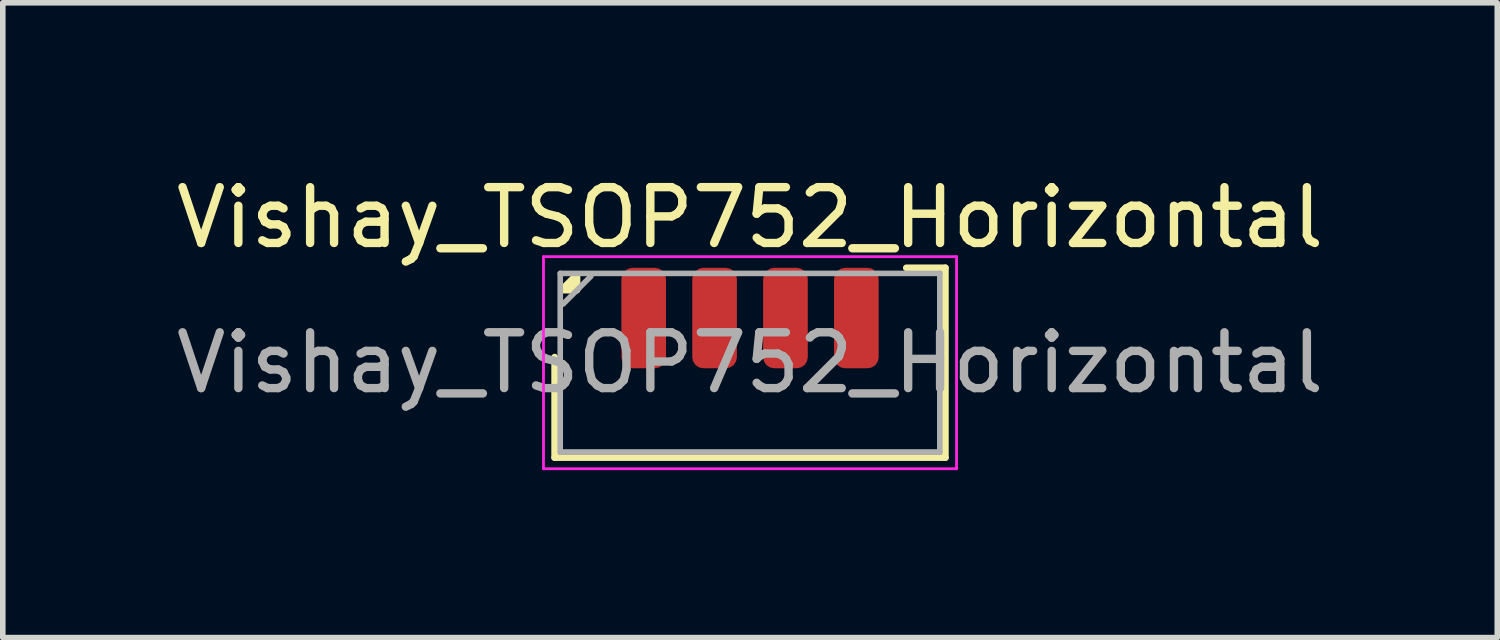
<source format=kicad_pcb>
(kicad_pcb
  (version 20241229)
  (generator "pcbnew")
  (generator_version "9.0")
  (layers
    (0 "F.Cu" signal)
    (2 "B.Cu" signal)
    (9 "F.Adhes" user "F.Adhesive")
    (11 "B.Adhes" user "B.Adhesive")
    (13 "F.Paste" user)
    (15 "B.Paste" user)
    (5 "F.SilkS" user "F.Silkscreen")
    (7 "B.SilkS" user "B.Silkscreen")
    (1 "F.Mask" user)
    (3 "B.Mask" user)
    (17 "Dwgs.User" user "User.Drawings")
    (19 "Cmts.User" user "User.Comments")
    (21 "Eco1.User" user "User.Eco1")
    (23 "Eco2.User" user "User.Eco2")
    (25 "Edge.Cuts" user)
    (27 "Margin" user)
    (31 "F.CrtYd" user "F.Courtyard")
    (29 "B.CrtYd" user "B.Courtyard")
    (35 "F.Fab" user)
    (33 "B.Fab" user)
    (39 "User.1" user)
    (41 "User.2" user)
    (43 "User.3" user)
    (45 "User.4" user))
  (footprint "Vishay_TSOP752_Horizontal"
    (layer "F.Cu")
    (at 10.387 3.448)
    (property "Reference" "Vishay_TSOP752_Horizontal" (at 0 -2.6 0) (layer "F.SilkS") (effects (font (size 1 1) (thickness 0.15))))
    (attr smd)
    (fp_line (start -3.5 -0.1) (end -3.5 1.7) (stroke (width 0.12) (type solid)) (layer "F.SilkS"))
    (fp_line (start -3.5 1.7) (end 3.5 1.7) (stroke (width 0.12) (type solid)) (layer "F.SilkS"))
    (fp_line (start 3.5 -1.7) (end 2.8 -1.7) (stroke (width 0.12) (type solid)) (layer "F.SilkS"))
    (fp_line (start 3.5 -1.7) (end 3.5 1.7) (stroke (width 0.12) (type solid)) (layer "F.SilkS"))
    (fp_poly (pts (xy -3.1 -1.3) (xy -3.38 -1.3) (xy -3.1 -1.58) (xy -3.1 -1.3)) (stroke (width 0.12) (type solid)) (fill yes) (layer "F.SilkS"))
    (fp_line (start -3.7 -1.9) (end -3.7 1.9) (stroke (width 0.05) (type solid)) (layer "F.CrtYd"))
    (fp_line (start -3.7 -1.9) (end 3.7 -1.9) (stroke (width 0.05) (type solid)) (layer "F.CrtYd"))
    (fp_line (start -3.7 1.9) (end 3.7 1.9) (stroke (width 0.05) (type solid)) (layer "F.CrtYd"))
    (fp_line (start 3.7 1.9) (end 3.7 -1.9) (stroke (width 0.05) (type solid)) (layer "F.CrtYd"))
    (fp_line (start -3.4 -1.6) (end 3.4 -1.6) (stroke (width 0.1) (type solid)) (layer "F.Fab"))
    (fp_line (start -3.4 1.6) (end -3.4 -1.6) (stroke (width 0.1) (type solid)) (layer "F.Fab"))
    (fp_line (start -3.35 -1.05) (end -2.85 -1.55) (stroke (width 0.1) (type solid)) (layer "F.Fab"))
    (fp_line (start 3.4 -1.6) (end 3.4 1.6) (stroke (width 0.1) (type solid)) (layer "F.Fab"))
    (fp_line (start 3.4 1.6) (end -3.4 1.6) (stroke (width 0.1) (type solid)) (layer "F.Fab"))
    (fp_text user "${REFERENCE}" (at 0 0 0) (layer "F.Fab") (effects (font (size 1 1) (thickness 0.15))))
    (pad "1" smd roundrect (at -1.905 -0.8) (size 0.8 1.8) (layers "F.Cu" "F.Mask" "F.Paste") (roundrect_rratio 0.25))
    (pad "2" smd roundrect (at -0.635 -0.8) (size 0.8 1.8) (layers "F.Cu" "F.Mask" "F.Paste") (roundrect_rratio 0.25))
    (pad "3" smd roundrect (at 0.635 -0.8) (size 0.8 1.8) (layers "F.Cu" "F.Mask" "F.Paste") (roundrect_rratio 0.25))
    (pad "4" smd roundrect (at 1.905 -0.8) (size 0.8 1.8) (layers "F.Cu" "F.Mask" "F.Paste") (roundrect_rratio 0.25)))
  (gr_rect
    (start -3 -3)
    (end 23.774 8.373)
    (stroke (width 0.1) (type default))
    (fill no)
    (layer "Edge.Cuts")))
</source>
